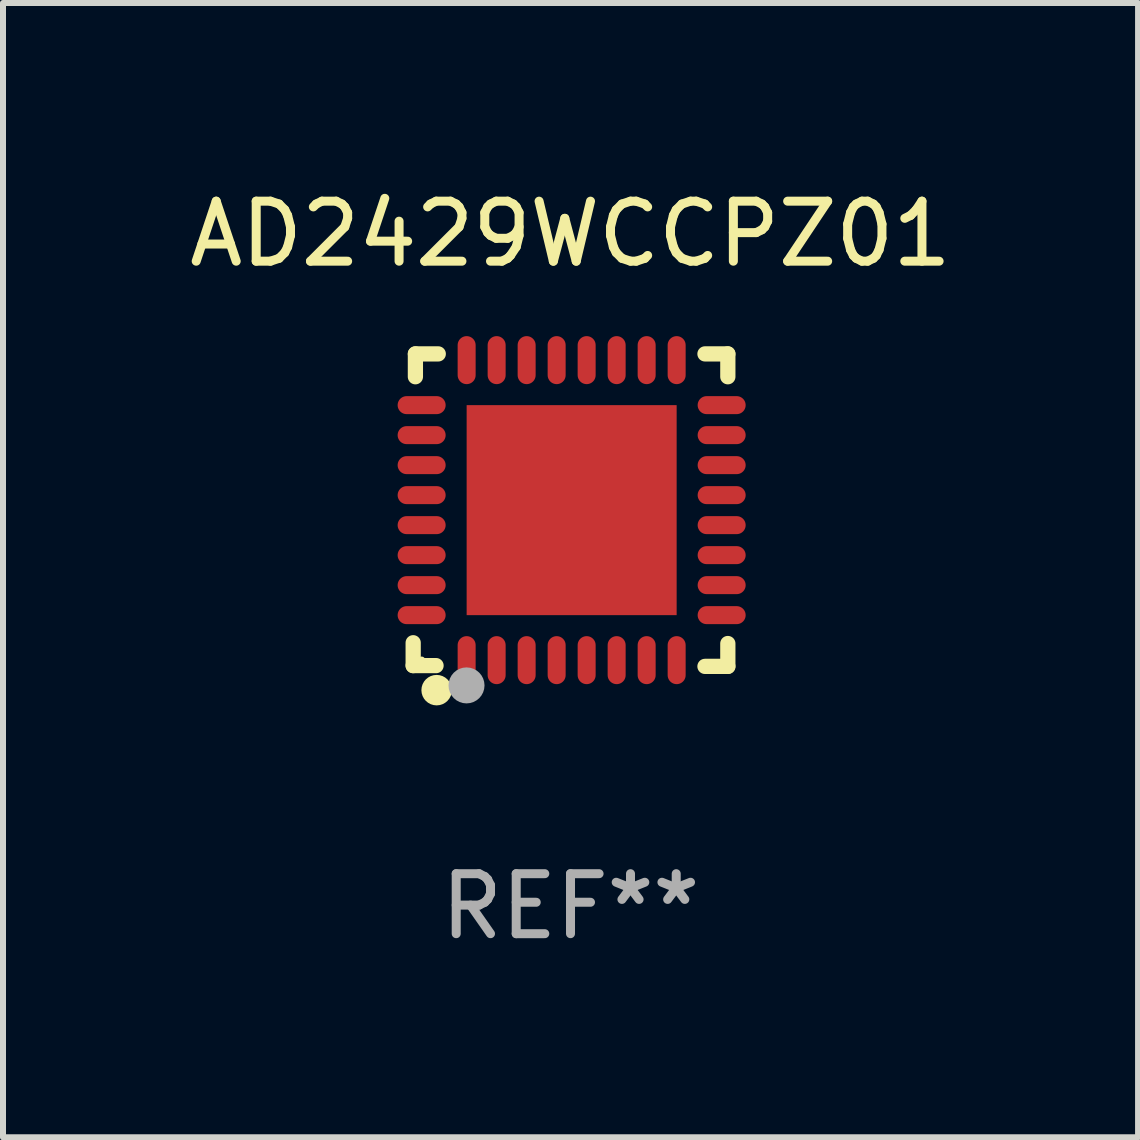
<source format=kicad_pcb>
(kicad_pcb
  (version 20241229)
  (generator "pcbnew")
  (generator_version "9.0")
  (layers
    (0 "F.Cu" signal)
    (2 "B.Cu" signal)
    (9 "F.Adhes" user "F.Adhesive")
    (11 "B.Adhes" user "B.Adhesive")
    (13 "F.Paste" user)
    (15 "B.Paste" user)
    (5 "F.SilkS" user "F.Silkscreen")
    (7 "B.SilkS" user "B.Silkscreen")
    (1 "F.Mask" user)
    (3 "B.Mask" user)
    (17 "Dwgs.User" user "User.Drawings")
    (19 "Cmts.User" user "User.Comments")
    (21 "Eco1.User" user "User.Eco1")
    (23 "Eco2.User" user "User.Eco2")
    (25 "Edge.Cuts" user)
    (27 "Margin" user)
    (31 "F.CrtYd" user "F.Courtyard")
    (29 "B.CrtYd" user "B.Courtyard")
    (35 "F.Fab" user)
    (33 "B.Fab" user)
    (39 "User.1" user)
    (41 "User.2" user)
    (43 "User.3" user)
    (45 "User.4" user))
  (footprint "AD2429WCCPZ01"
    (layer "F.Cu")
    (at 6.458 5.452)
    (property "Reference" "AD2429WCCPZ01" (at 0 -4.604 0) (layer "F.SilkS") (effects (font (size 1 1) (thickness 0.15))))
    (attr through_hole)
    (fp_line (start -2.622 2.21) (end -2.622 2.591) (stroke (width 0.254) (type solid)) (layer "F.SilkS"))
    (fp_line (start -2.622 2.591) (end -2.241 2.591) (stroke (width 0.254) (type solid)) (layer "F.SilkS"))
    (fp_line (start -2.585 -2.604) (end -2.585 -2.223) (stroke (width 0.254) (type solid)) (layer "F.SilkS"))
    (fp_line (start -2.204 -2.604) (end -2.585 -2.604) (stroke (width 0.254) (type solid)) (layer "F.SilkS"))
    (fp_line (start 2.241 2.604) (end 2.622 2.604) (stroke (width 0.254) (type solid)) (layer "F.SilkS"))
    (fp_line (start 2.622 -2.604) (end 2.241 -2.604) (stroke (width 0.254) (type solid)) (layer "F.SilkS"))
    (fp_line (start 2.622 -2.223) (end 2.622 -2.604) (stroke (width 0.254) (type solid)) (layer "F.SilkS"))
    (fp_line (start 2.622 2.604) (end 2.622 2.223) (stroke (width 0.254) (type solid)) (layer "F.SilkS"))
    (fp_circle (center -2.481 2.5) (end -2.451 2.5) (stroke (width 0.06) (type solid)) (fill no) (layer "F.SilkS"))
    (fp_circle (center -2.231 3) (end -2.104 3) (stroke (width 0.254) (type solid)) (fill no) (layer "F.SilkS"))
    (fp_circle (center -1.733 2.921) (end -1.583 2.921) (stroke (width 0.3) (type solid)) (fill no) (layer "F.Fab"))
    (fp_text user "REF**" (at 0 6.604 0) (layer "F.Fab") (effects (font (size 1 1) (thickness 0.15))))
    (pad "1" smd oval (at -1.731 2.5 90) (size 0.8 0.3) (layers "F.Cu" "F.Mask" "F.Paste"))
    (pad "2" smd oval (at -1.231 2.5 90) (size 0.8 0.3) (layers "F.Cu" "F.Mask" "F.Paste"))
    (pad "3" smd oval (at -0.731 2.5 90) (size 0.8 0.3) (layers "F.Cu" "F.Mask" "F.Paste"))
    (pad "4" smd oval (at -0.231 2.5 90) (size 0.8 0.3) (layers "F.Cu" "F.Mask" "F.Paste"))
    (pad "5" smd oval (at 0.269 2.5 90) (size 0.8 0.3) (layers "F.Cu" "F.Mask" "F.Paste"))
    (pad "6" smd oval (at 0.769 2.5 90) (size 0.8 0.3) (layers "F.Cu" "F.Mask" "F.Paste"))
    (pad "7" smd oval (at 1.269 2.5 90) (size 0.8 0.3) (layers "F.Cu" "F.Mask" "F.Paste"))
    (pad "8" smd oval (at 1.769 2.5 90) (size 0.8 0.3) (layers "F.Cu" "F.Mask" "F.Paste"))
    (pad "9" smd oval (at 2.519 1.75 180) (size 0.8 0.3) (layers "F.Cu" "F.Mask" "F.Paste"))
    (pad "10" smd oval (at 2.519 1.25 180) (size 0.8 0.3) (layers "F.Cu" "F.Mask" "F.Paste"))
    (pad "11" smd oval (at 2.519 0.75 180) (size 0.8 0.3) (layers "F.Cu" "F.Mask" "F.Paste"))
    (pad "12" smd oval (at 2.519 0.25 180) (size 0.8 0.3) (layers "F.Cu" "F.Mask" "F.Paste"))
    (pad "13" smd oval (at 2.519 -0.25 180) (size 0.8 0.3) (layers "F.Cu" "F.Mask" "F.Paste"))
    (pad "14" smd oval (at 2.519 -0.75 180) (size 0.8 0.3) (layers "F.Cu" "F.Mask" "F.Paste"))
    (pad "15" smd oval (at 2.519 -1.25 180) (size 0.8 0.3) (layers "F.Cu" "F.Mask" "F.Paste"))
    (pad "16" smd oval (at 2.519 -1.75 180) (size 0.8 0.3) (layers "F.Cu" "F.Mask" "F.Paste"))
    (pad "17" smd oval (at 1.769 -2.5 270) (size 0.8 0.3) (layers "F.Cu" "F.Mask" "F.Paste"))
    (pad "18" smd oval (at 1.269 -2.5 270) (size 0.8 0.3) (layers "F.Cu" "F.Mask" "F.Paste"))
    (pad "19" smd oval (at 0.769 -2.5 270) (size 0.8 0.3) (layers "F.Cu" "F.Mask" "F.Paste"))
    (pad "20" smd oval (at 0.269 -2.5 270) (size 0.8 0.3) (layers "F.Cu" "F.Mask" "F.Paste"))
    (pad "21" smd oval (at -0.231 -2.5 270) (size 0.8 0.3) (layers "F.Cu" "F.Mask" "F.Paste"))
    (pad "22" smd oval (at -0.731 -2.5 270) (size 0.8 0.3) (layers "F.Cu" "F.Mask" "F.Paste"))
    (pad "23" smd oval (at -1.231 -2.5 270) (size 0.8 0.3) (layers "F.Cu" "F.Mask" "F.Paste"))
    (pad "24" smd oval (at -1.731 -2.5 270) (size 0.8 0.3) (layers "F.Cu" "F.Mask" "F.Paste"))
    (pad "25" smd oval (at -2.481 -1.75) (size 0.8 0.3) (layers "F.Cu" "F.Mask" "F.Paste"))
    (pad "26" smd oval (at -2.481 -1.25) (size 0.8 0.3) (layers "F.Cu" "F.Mask" "F.Paste"))
    (pad "27" smd oval (at -2.481 -0.75) (size 0.8 0.3) (layers "F.Cu" "F.Mask" "F.Paste"))
    (pad "28" smd oval (at -2.481 -0.25) (size 0.8 0.3) (layers "F.Cu" "F.Mask" "F.Paste"))
    (pad "29" smd oval (at -2.481 0.25) (size 0.8 0.3) (layers "F.Cu" "F.Mask" "F.Paste"))
    (pad "30" smd oval (at -2.481 0.75) (size 0.8 0.3) (layers "F.Cu" "F.Mask" "F.Paste"))
    (pad "31" smd oval (at -2.481 1.25) (size 0.8 0.3) (layers "F.Cu" "F.Mask" "F.Paste"))
    (pad "32" smd oval (at -2.481 1.75) (size 0.8 0.3) (layers "F.Cu" "F.Mask" "F.Paste"))
    (pad "33" smd rect (at 0.019 -0.000025 90) (size 3.5 3.5) (layers "F.Cu" "F.Mask" "F.Paste")))
  (gr_rect
    (start -3 -3)
    (end 15.917 15.904)
    (stroke (width 0.1) (type default))
    (fill no)
    (layer "Edge.Cuts")))
</source>
